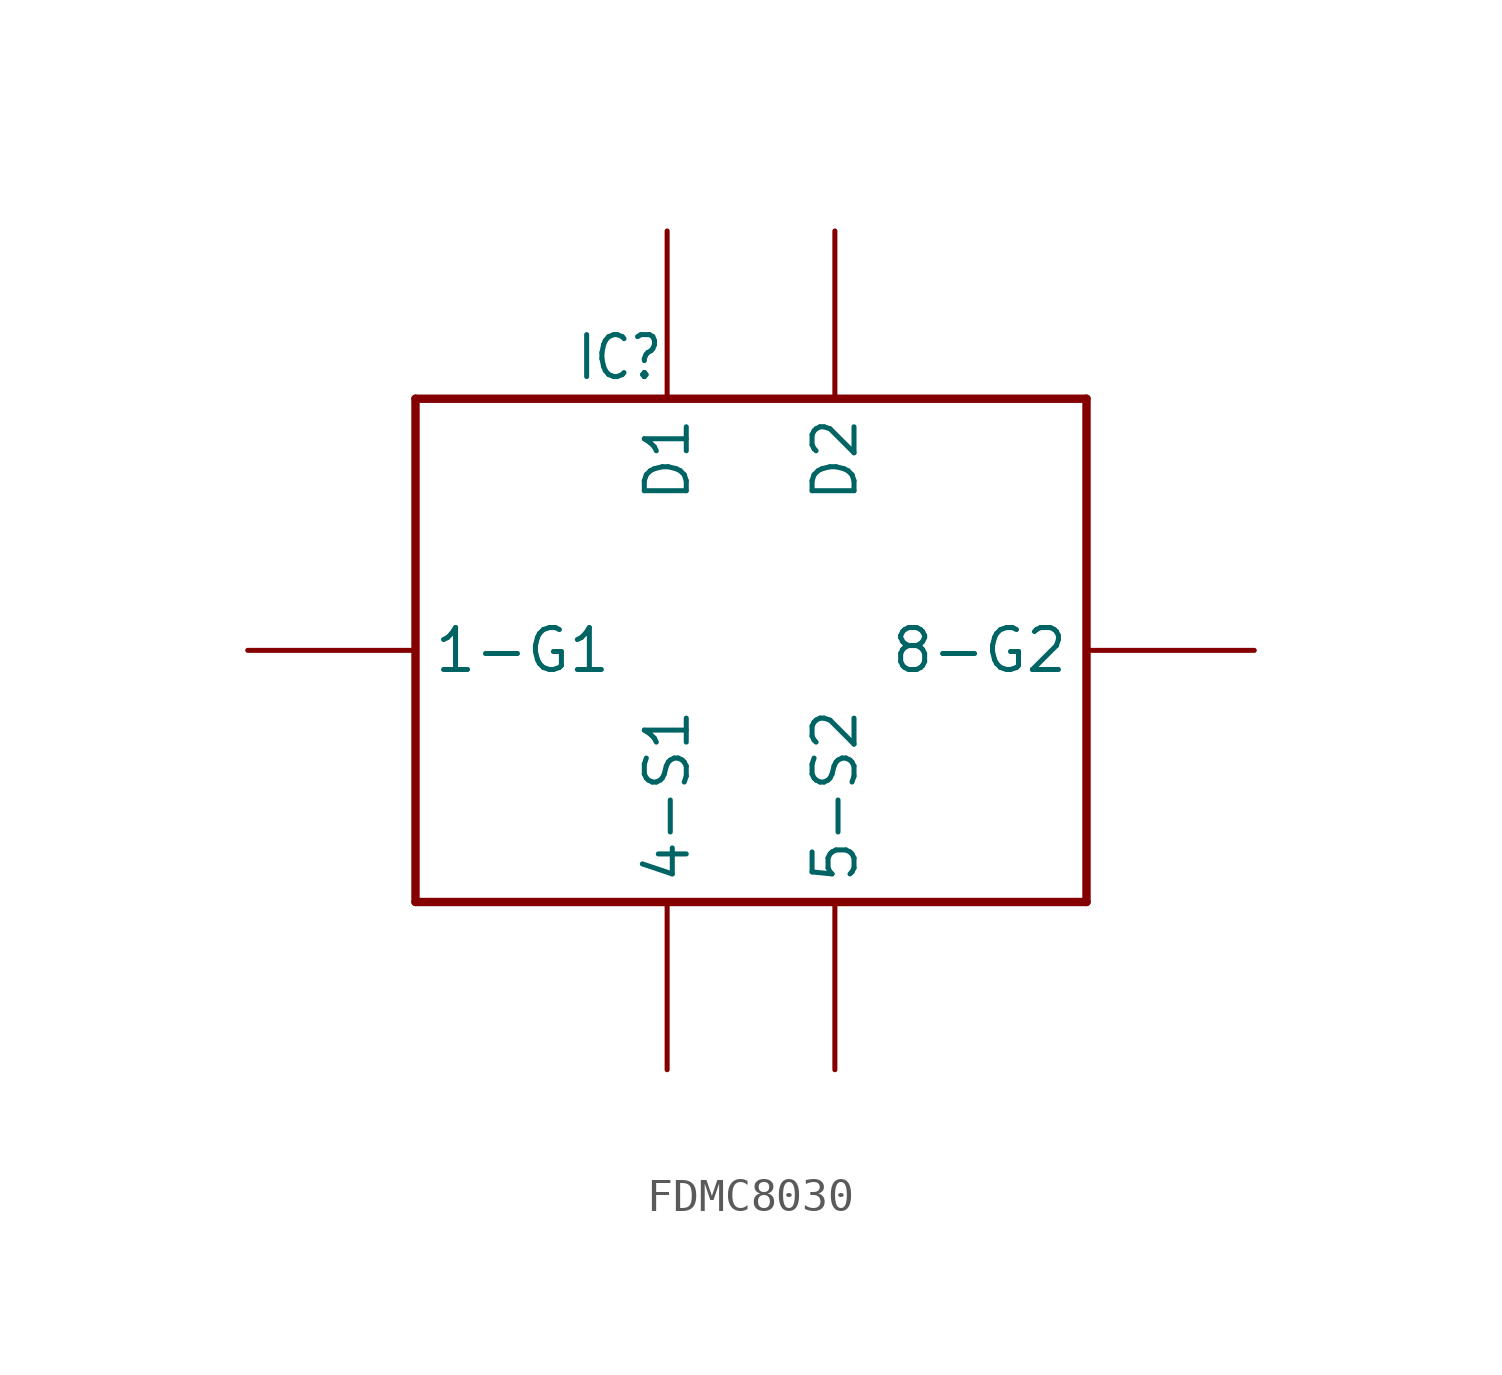
<source format=kicad_sym>
(kicad_symbol_lib
  (version 20231120)
  (generator "kicad_symbol_editor")
  (generator_version "8.0")
  (symbol "FDMC8030"
    (property "Reference" "IC"
      (at -5.334 8.128 0)
      (effects (font (size 1.27 1.079)) (justify left bottom)))
    (property "Value" ""
      (at 4.064 -9.398 0)
      (effects (font (size 1.27 1.079)) (justify left bottom)))
    (property "ki_locked" ""
      (at 0 0 0)
      (effects (font (size 1.27 1.27))))
    (symbol "FDMC8030_1_0"
      (polyline (pts (xy -10.16 -7.62) (xy 10.16 -7.62)) (stroke (width 0.254) (type solid)) (fill (type none)))
      (polyline (pts (xy -10.16 7.62) (xy -10.16 -7.62)) (stroke (width 0.254) (type solid)) (fill (type none)))
      (polyline (pts (xy 10.16 -7.62) (xy 10.16 7.62)) (stroke (width 0.254) (type solid)) (fill (type none)))
      (polyline (pts (xy 10.16 7.62) (xy -10.16 7.62)) (stroke (width 0.254) (type solid)) (fill (type none)))
      (pin bidirectional line (at -15.24 0 0) (length 5.08) (name "1-G1" (effects (font (size 1.27 1.27)))) (number "P$1" (effects (font (size 0 0)))))
      (pin bidirectional line (at -2.54 -12.7 90) (length 5.08) (name "4-S1" (effects (font (size 1.27 1.27)))) (number "P$4" (effects (font (size 0 0)))))
      (pin bidirectional line (at 2.54 -12.7 90) (length 5.08) (name "5-S2" (effects (font (size 1.27 1.27)))) (number "P$5" (effects (font (size 0 0)))))
      (pin bidirectional line (at 15.24 0 180) (length 5.08) (name "8-G2" (effects (font (size 1.27 1.27)))) (number "P$8" (effects (font (size 0 0)))))
      (pin bidirectional line (at -2.54 12.7 270) (length 5.08) (name "D1" (effects (font (size 1.27 1.27)))) (number "P$D1" (effects (font (size 0 0)))))
      (pin bidirectional line (at 2.54 12.7 270) (length 5.08) (name "D2" (effects (font (size 1.27 1.27)))) (number "P$D2" (effects (font (size 0 0))))))))
</source>
